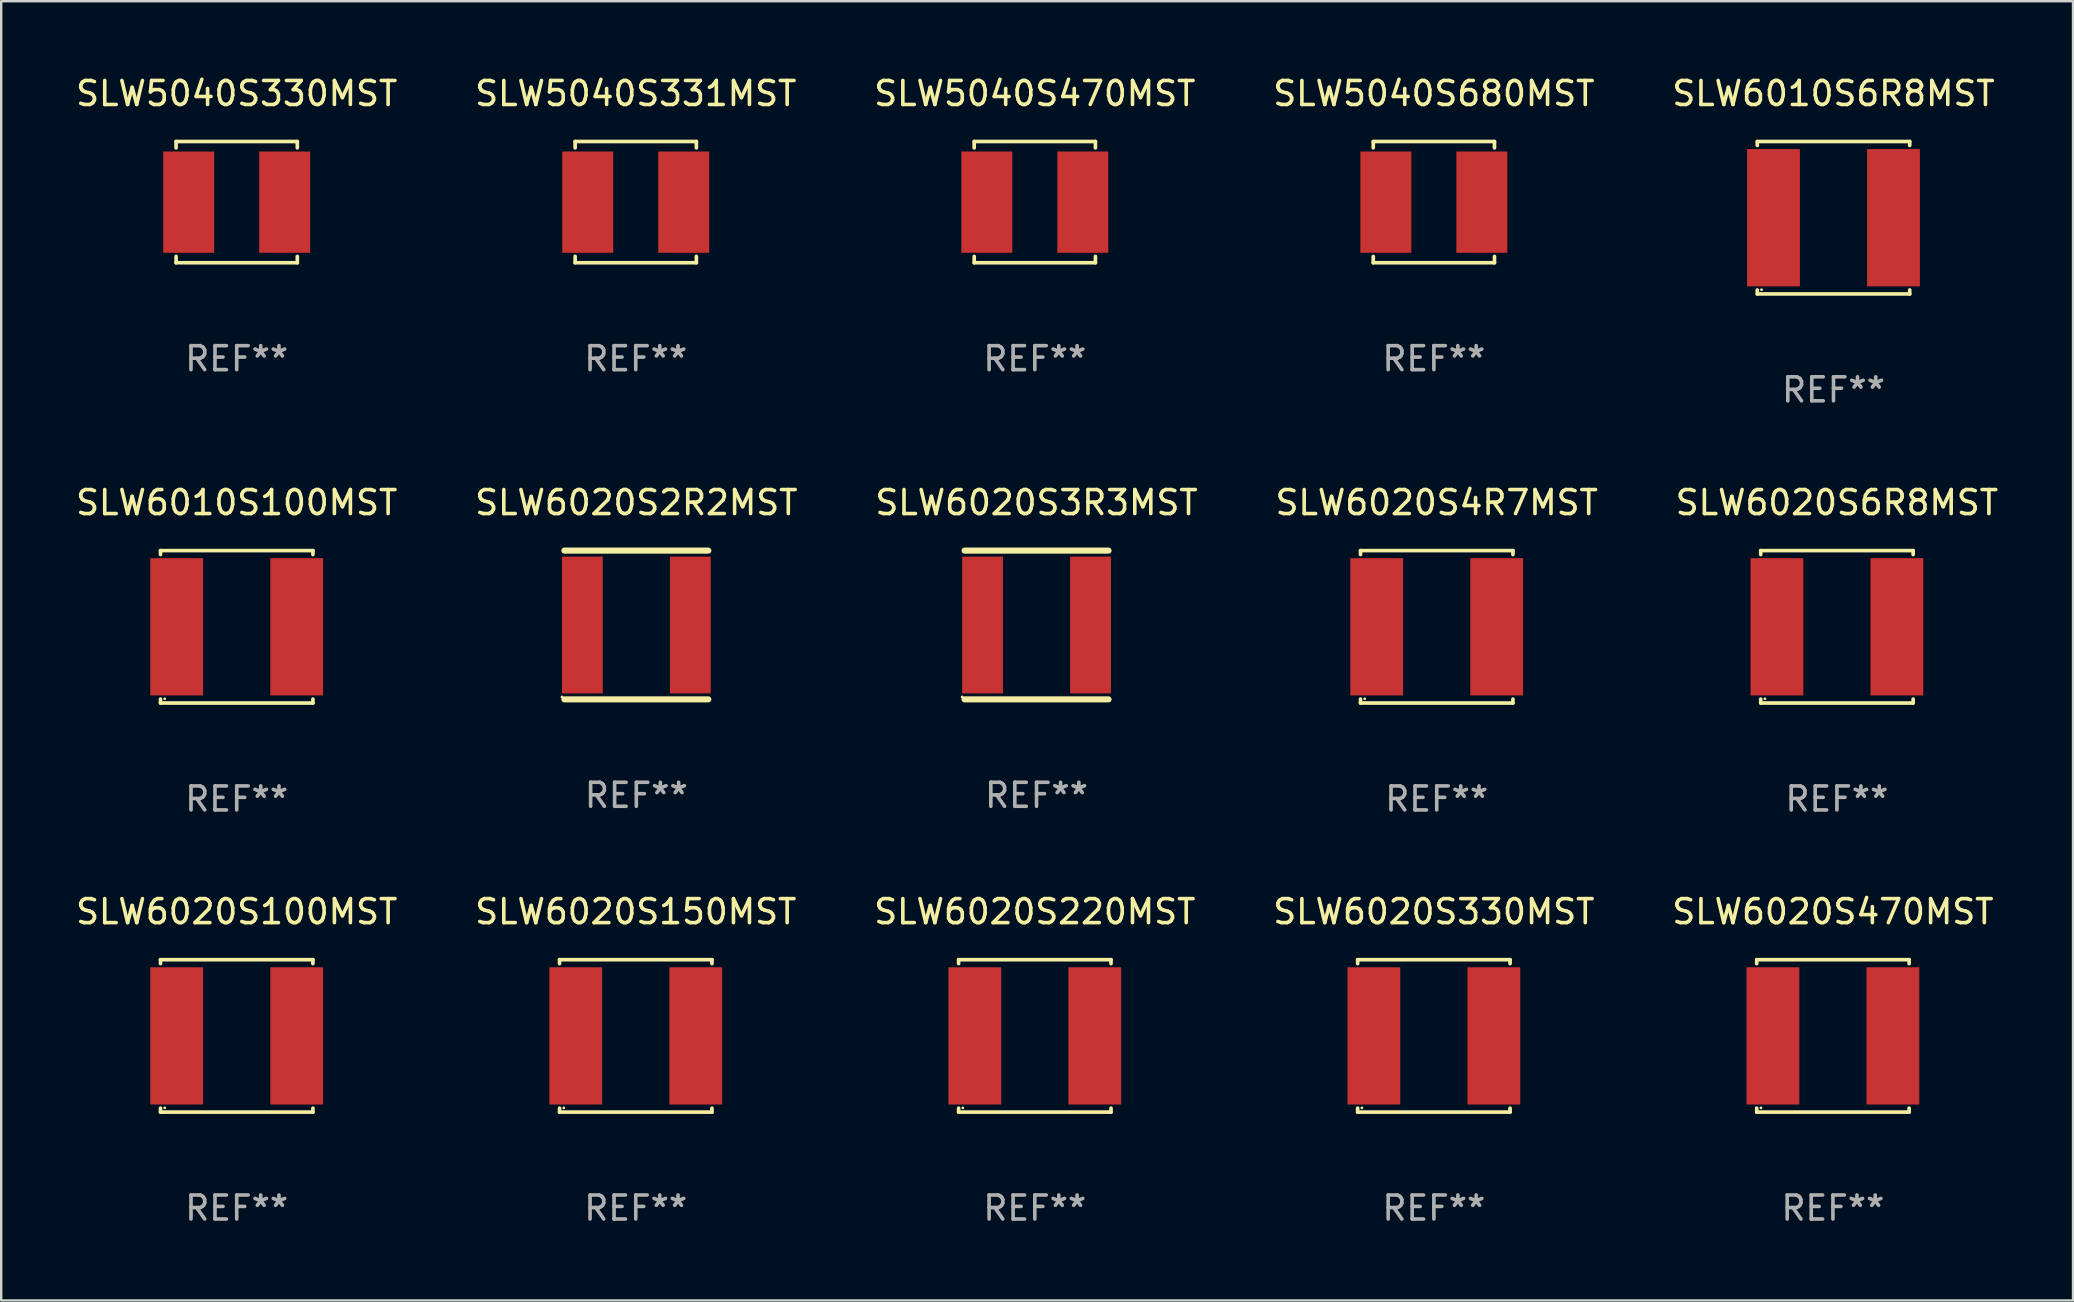
<source format=kicad_pcb>
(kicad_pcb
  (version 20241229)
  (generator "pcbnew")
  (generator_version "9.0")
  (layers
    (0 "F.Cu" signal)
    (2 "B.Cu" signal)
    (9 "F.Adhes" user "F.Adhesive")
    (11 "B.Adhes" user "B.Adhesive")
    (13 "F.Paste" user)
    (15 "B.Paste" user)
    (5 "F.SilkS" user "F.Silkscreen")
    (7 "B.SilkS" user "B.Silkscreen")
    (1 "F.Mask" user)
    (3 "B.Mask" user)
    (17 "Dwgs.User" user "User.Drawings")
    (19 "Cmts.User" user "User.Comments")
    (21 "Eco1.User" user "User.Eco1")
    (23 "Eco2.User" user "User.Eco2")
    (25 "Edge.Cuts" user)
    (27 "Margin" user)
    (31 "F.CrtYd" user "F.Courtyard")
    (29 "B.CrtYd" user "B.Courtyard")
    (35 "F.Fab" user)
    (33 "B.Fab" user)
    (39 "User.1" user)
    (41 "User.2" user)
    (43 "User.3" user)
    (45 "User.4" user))
  (footprint "SLW5040S470MST"
    (layer "F.Cu")
    (at 40.077 5.374)
    (property "Reference" "SLW5040S470MST" (at 0 -4.526 0) (layer "F.SilkS") (effects (font (size 1 1) (thickness 0.15))))
    (attr through_hole)
    (fp_line (start -2.526 -2.526) (end 2.526 -2.526) (stroke (width 0.152) (type solid)) (layer "F.SilkS"))
    (fp_line (start -2.526 -2.262) (end -2.526 -2.526) (stroke (width 0.152) (type solid)) (layer "F.SilkS"))
    (fp_line (start -2.526 2.262) (end -2.526 2.526) (stroke (width 0.152) (type solid)) (layer "F.SilkS"))
    (fp_line (start -2.526 2.526) (end 2.526 2.526) (stroke (width 0.152) (type solid)) (layer "F.SilkS"))
    (fp_line (start 2.526 -2.526) (end 2.526 -2.262) (stroke (width 0.152) (type solid)) (layer "F.SilkS"))
    (fp_line (start 2.526 2.526) (end 2.526 2.262) (stroke (width 0.152) (type solid)) (layer "F.SilkS"))
    (fp_circle (center 2.5 -2.5) (end 2.53 -2.5) (stroke (width 0.06) (type solid)) (fill no) (layer "F.SilkS"))
    (fp_text user "REF**" (at 0 6.526 0) (layer "F.Fab") (effects (font (size 1 1) (thickness 0.15))))
    (pad "1" smd rect (at 2 0) (size 2.124 4.22) (layers "F.Cu" "F.Mask" "F.Paste"))
    (pad "2" smd rect (at -2 0) (size 2.124 4.22) (layers "F.Cu" "F.Mask" "F.Paste")))
  (footprint "SLW6020S3R3MST"
    (layer "F.Cu")
    (at 40.149 22.997)
    (property "Reference" "SLW6020S3R3MST" (at 0 -5.1 0) (layer "F.SilkS") (effects (font (size 1 1) (thickness 0.15))))
    (attr through_hole)
    (fp_line (start -3 -3.1) (end 3 -3.1) (stroke (width 0.254) (type solid)) (layer "F.SilkS"))
    (fp_line (start -3 3.1) (end 3 3.1) (stroke (width 0.254) (type solid)) (layer "F.SilkS"))
    (fp_circle (center -3.1 3) (end -3.07 3) (stroke (width 0.06) (type solid)) (fill no) (layer "F.SilkS"))
    (fp_text user "REF**" (at 0 7.1 0) (layer "F.Fab") (effects (font (size 1 1) (thickness 0.15))))
    (pad "1" smd rect (at -2.25 0 90) (size 5.7 1.7) (layers "F.Cu" "F.Mask" "F.Paste"))
    (pad "2" smd rect (at 2.25 0 90) (size 5.7 1.7) (layers "F.Cu" "F.Mask" "F.Paste")))
  (footprint "SLW6020S470MST"
    (layer "F.Cu")
    (at 73.339 40.122)
    (property "Reference" "SLW6020S470MST" (at 0 -5.176 0) (layer "F.SilkS") (effects (font (size 1 1) (thickness 0.15))))
    (attr through_hole)
    (fp_line (start -3.176 -3.176) (end 3.176 -3.176) (stroke (width 0.152) (type solid)) (layer "F.SilkS"))
    (fp_line (start -3.176 -3.012) (end -3.176 -3.176) (stroke (width 0.152) (type solid)) (layer "F.SilkS"))
    (fp_line (start -3.176 3.012) (end -3.176 3.176) (stroke (width 0.152) (type solid)) (layer "F.SilkS"))
    (fp_line (start -3.176 3.176) (end 3.176 3.176) (stroke (width 0.152) (type solid)) (layer "F.SilkS"))
    (fp_line (start 3.176 -3.176) (end 3.176 -3.012) (stroke (width 0.152) (type solid)) (layer "F.SilkS"))
    (fp_line (start 3.176 3.176) (end 3.176 3.012) (stroke (width 0.152) (type solid)) (layer "F.SilkS"))
    (fp_circle (center -3 3) (end -2.97 3) (stroke (width 0.06) (type solid)) (fill no) (layer "F.SilkS"))
    (fp_text user "REF**" (at 0 7.176 0) (layer "F.Fab") (effects (font (size 1 1) (thickness 0.15))))
    (pad "1" smd rect (at -2.5 0) (size 2.2 5.72) (layers "F.Cu" "F.Mask" "F.Paste"))
    (pad "2" smd rect (at 2.5 0) (size 2.2 5.72) (layers "F.Cu" "F.Mask" "F.Paste")))
  (footprint "SLW6020S2R2MST"
    (layer "F.Cu")
    (at 23.47 22.997)
    (property "Reference" "SLW6020S2R2MST" (at 0 -5.1 0) (layer "F.SilkS") (effects (font (size 1 1) (thickness 0.15))))
    (attr through_hole)
    (fp_line (start -3 -3.1) (end 3 -3.1) (stroke (width 0.254) (type solid)) (layer "F.SilkS"))
    (fp_line (start -3 3.1) (end 3 3.1) (stroke (width 0.254) (type solid)) (layer "F.SilkS"))
    (fp_circle (center -3.1 3) (end -3.07 3) (stroke (width 0.06) (type solid)) (fill no) (layer "F.SilkS"))
    (fp_text user "REF**" (at 0 7.1 0) (layer "F.Fab") (effects (font (size 1 1) (thickness 0.15))))
    (pad "1" smd rect (at -2.25 0 90) (size 5.7 1.7) (layers "F.Cu" "F.Mask" "F.Paste"))
    (pad "2" smd rect (at 2.25 0 90) (size 5.7 1.7) (layers "F.Cu" "F.Mask" "F.Paste")))
  (footprint "SLW6020S220MST"
    (layer "F.Cu")
    (at 40.077 40.122)
    (property "Reference" "SLW6020S220MST" (at 0 -5.176 0) (layer "F.SilkS") (effects (font (size 1 1) (thickness 0.15))))
    (attr through_hole)
    (fp_line (start -3.176 -3.176) (end 3.176 -3.176) (stroke (width 0.152) (type solid)) (layer "F.SilkS"))
    (fp_line (start -3.176 -3.012) (end -3.176 -3.176) (stroke (width 0.152) (type solid)) (layer "F.SilkS"))
    (fp_line (start -3.176 3.012) (end -3.176 3.176) (stroke (width 0.152) (type solid)) (layer "F.SilkS"))
    (fp_line (start -3.176 3.176) (end 3.176 3.176) (stroke (width 0.152) (type solid)) (layer "F.SilkS"))
    (fp_line (start 3.176 -3.176) (end 3.176 -3.012) (stroke (width 0.152) (type solid)) (layer "F.SilkS"))
    (fp_line (start 3.176 3.176) (end 3.176 3.012) (stroke (width 0.152) (type solid)) (layer "F.SilkS"))
    (fp_circle (center -3 3) (end -2.97 3) (stroke (width 0.06) (type solid)) (fill no) (layer "F.SilkS"))
    (fp_text user "REF**" (at 0 7.176 0) (layer "F.Fab") (effects (font (size 1 1) (thickness 0.15))))
    (pad "1" smd rect (at -2.5 0) (size 2.2 5.72) (layers "F.Cu" "F.Mask" "F.Paste"))
    (pad "2" smd rect (at 2.5 0) (size 2.2 5.72) (layers "F.Cu" "F.Mask" "F.Paste")))
  (footprint "SLW6020S100MST"
    (layer "F.Cu")
    (at 6.815 40.122)
    (property "Reference" "SLW6020S100MST" (at 0 -5.176 0) (layer "F.SilkS") (effects (font (size 1 1) (thickness 0.15))))
    (attr through_hole)
    (fp_line (start -3.176 -3.176) (end 3.176 -3.176) (stroke (width 0.152) (type solid)) (layer "F.SilkS"))
    (fp_line (start -3.176 -3.012) (end -3.176 -3.176) (stroke (width 0.152) (type solid)) (layer "F.SilkS"))
    (fp_line (start -3.176 3.012) (end -3.176 3.176) (stroke (width 0.152) (type solid)) (layer "F.SilkS"))
    (fp_line (start -3.176 3.176) (end 3.176 3.176) (stroke (width 0.152) (type solid)) (layer "F.SilkS"))
    (fp_line (start 3.176 -3.176) (end 3.176 -3.012) (stroke (width 0.152) (type solid)) (layer "F.SilkS"))
    (fp_line (start 3.176 3.176) (end 3.176 3.012) (stroke (width 0.152) (type solid)) (layer "F.SilkS"))
    (fp_circle (center -3 3) (end -2.97 3) (stroke (width 0.06) (type solid)) (fill no) (layer "F.SilkS"))
    (fp_text user "REF**" (at 0 7.176 0) (layer "F.Fab") (effects (font (size 1 1) (thickness 0.15))))
    (pad "1" smd rect (at -2.5 0) (size 2.2 5.72) (layers "F.Cu" "F.Mask" "F.Paste"))
    (pad "2" smd rect (at 2.5 0) (size 2.2 5.72) (layers "F.Cu" "F.Mask" "F.Paste")))
  (footprint "SLW6010S6R8MST"
    (layer "F.Cu")
    (at 73.363 6.024)
    (property "Reference" "SLW6010S6R8MST" (at 0 -5.176 0) (layer "F.SilkS") (effects (font (size 1 1) (thickness 0.15))))
    (attr through_hole)
    (fp_line (start -3.176 -3.176) (end 3.176 -3.176) (stroke (width 0.152) (type solid)) (layer "F.SilkS"))
    (fp_line (start -3.176 -3.012) (end -3.176 -3.176) (stroke (width 0.152) (type solid)) (layer "F.SilkS"))
    (fp_line (start -3.176 3.012) (end -3.176 3.176) (stroke (width 0.152) (type solid)) (layer "F.SilkS"))
    (fp_line (start -3.176 3.176) (end 3.176 3.176) (stroke (width 0.152) (type solid)) (layer "F.SilkS"))
    (fp_line (start 3.176 -3.176) (end 3.176 -3.012) (stroke (width 0.152) (type solid)) (layer "F.SilkS"))
    (fp_line (start 3.176 3.176) (end 3.176 3.012) (stroke (width 0.152) (type solid)) (layer "F.SilkS"))
    (fp_circle (center -3 3) (end -2.97 3) (stroke (width 0.06) (type solid)) (fill no) (layer "F.SilkS"))
    (fp_text user "REF**" (at 0 7.176 0) (layer "F.Fab") (effects (font (size 1 1) (thickness 0.15))))
    (pad "1" smd rect (at -2.5 0) (size 2.2 5.72) (layers "F.Cu" "F.Mask" "F.Paste"))
    (pad "2" smd rect (at 2.5 0) (size 2.2 5.72) (layers "F.Cu" "F.Mask" "F.Paste")))
  (footprint "SLW6020S330MST"
    (layer "F.Cu")
    (at 56.708 40.122)
    (property "Reference" "SLW6020S330MST" (at 0 -5.176 0) (layer "F.SilkS") (effects (font (size 1 1) (thickness 0.15))))
    (attr through_hole)
    (fp_line (start -3.176 -3.176) (end 3.176 -3.176) (stroke (width 0.152) (type solid)) (layer "F.SilkS"))
    (fp_line (start -3.176 -3.012) (end -3.176 -3.176) (stroke (width 0.152) (type solid)) (layer "F.SilkS"))
    (fp_line (start -3.176 3.012) (end -3.176 3.176) (stroke (width 0.152) (type solid)) (layer "F.SilkS"))
    (fp_line (start -3.176 3.176) (end 3.176 3.176) (stroke (width 0.152) (type solid)) (layer "F.SilkS"))
    (fp_line (start 3.176 -3.176) (end 3.176 -3.012) (stroke (width 0.152) (type solid)) (layer "F.SilkS"))
    (fp_line (start 3.176 3.176) (end 3.176 3.012) (stroke (width 0.152) (type solid)) (layer "F.SilkS"))
    (fp_circle (center -3 3) (end -2.97 3) (stroke (width 0.06) (type solid)) (fill no) (layer "F.SilkS"))
    (fp_text user "REF**" (at 0 7.176 0) (layer "F.Fab") (effects (font (size 1 1) (thickness 0.15))))
    (pad "1" smd rect (at -2.5 0) (size 2.2 5.72) (layers "F.Cu" "F.Mask" "F.Paste"))
    (pad "2" smd rect (at 2.5 0) (size 2.2 5.72) (layers "F.Cu" "F.Mask" "F.Paste")))
  (footprint "SLW6020S150MST"
    (layer "F.Cu")
    (at 23.446 40.122)
    (property "Reference" "SLW6020S150MST" (at 0 -5.176 0) (layer "F.SilkS") (effects (font (size 1 1) (thickness 0.15))))
    (attr through_hole)
    (fp_line (start -3.176 -3.176) (end 3.176 -3.176) (stroke (width 0.152) (type solid)) (layer "F.SilkS"))
    (fp_line (start -3.176 -3.012) (end -3.176 -3.176) (stroke (width 0.152) (type solid)) (layer "F.SilkS"))
    (fp_line (start -3.176 3.012) (end -3.176 3.176) (stroke (width 0.152) (type solid)) (layer "F.SilkS"))
    (fp_line (start -3.176 3.176) (end 3.176 3.176) (stroke (width 0.152) (type solid)) (layer "F.SilkS"))
    (fp_line (start 3.176 -3.176) (end 3.176 -3.012) (stroke (width 0.152) (type solid)) (layer "F.SilkS"))
    (fp_line (start 3.176 3.176) (end 3.176 3.012) (stroke (width 0.152) (type solid)) (layer "F.SilkS"))
    (fp_circle (center -3 3) (end -2.97 3) (stroke (width 0.06) (type solid)) (fill no) (layer "F.SilkS"))
    (fp_text user "REF**" (at 0 7.176 0) (layer "F.Fab") (effects (font (size 1 1) (thickness 0.15))))
    (pad "1" smd rect (at -2.5 0) (size 2.2 5.72) (layers "F.Cu" "F.Mask" "F.Paste"))
    (pad "2" smd rect (at 2.5 0) (size 2.2 5.72) (layers "F.Cu" "F.Mask" "F.Paste")))
  (footprint "SLW6020S4R7MST"
    (layer "F.Cu")
    (at 56.827 23.073)
    (property "Reference" "SLW6020S4R7MST" (at 0 -5.176 0) (layer "F.SilkS") (effects (font (size 1 1) (thickness 0.15))))
    (attr through_hole)
    (fp_line (start -3.176 -3.176) (end 3.176 -3.176) (stroke (width 0.152) (type solid)) (layer "F.SilkS"))
    (fp_line (start -3.176 -3.012) (end -3.176 -3.176) (stroke (width 0.152) (type solid)) (layer "F.SilkS"))
    (fp_line (start -3.176 3.012) (end -3.176 3.176) (stroke (width 0.152) (type solid)) (layer "F.SilkS"))
    (fp_line (start -3.176 3.176) (end 3.176 3.176) (stroke (width 0.152) (type solid)) (layer "F.SilkS"))
    (fp_line (start 3.176 -3.176) (end 3.176 -3.012) (stroke (width 0.152) (type solid)) (layer "F.SilkS"))
    (fp_line (start 3.176 3.176) (end 3.176 3.012) (stroke (width 0.152) (type solid)) (layer "F.SilkS"))
    (fp_circle (center -3 3) (end -2.97 3) (stroke (width 0.06) (type solid)) (fill no) (layer "F.SilkS"))
    (fp_text user "REF**" (at 0 7.176 0) (layer "F.Fab") (effects (font (size 1 1) (thickness 0.15))))
    (pad "1" smd rect (at -2.5 0) (size 2.2 5.72) (layers "F.Cu" "F.Mask" "F.Paste"))
    (pad "2" smd rect (at 2.5 0) (size 2.2 5.72) (layers "F.Cu" "F.Mask" "F.Paste")))
  (footprint "SLW5040S330MST"
    (layer "F.Cu")
    (at 6.815 5.374)
    (property "Reference" "SLW5040S330MST" (at 0 -4.526 0) (layer "F.SilkS") (effects (font (size 1 1) (thickness 0.15))))
    (attr through_hole)
    (fp_line (start -2.526 -2.526) (end 2.526 -2.526) (stroke (width 0.152) (type solid)) (layer "F.SilkS"))
    (fp_line (start -2.526 -2.262) (end -2.526 -2.526) (stroke (width 0.152) (type solid)) (layer "F.SilkS"))
    (fp_line (start -2.526 2.262) (end -2.526 2.526) (stroke (width 0.152) (type solid)) (layer "F.SilkS"))
    (fp_line (start -2.526 2.526) (end 2.526 2.526) (stroke (width 0.152) (type solid)) (layer "F.SilkS"))
    (fp_line (start 2.526 -2.526) (end 2.526 -2.262) (stroke (width 0.152) (type solid)) (layer "F.SilkS"))
    (fp_line (start 2.526 2.526) (end 2.526 2.262) (stroke (width 0.152) (type solid)) (layer "F.SilkS"))
    (fp_circle (center 2.5 -2.5) (end 2.53 -2.5) (stroke (width 0.06) (type solid)) (fill no) (layer "F.SilkS"))
    (fp_text user "REF**" (at 0 6.526 0) (layer "F.Fab") (effects (font (size 1 1) (thickness 0.15))))
    (pad "1" smd rect (at 2 0) (size 2.124 4.22) (layers "F.Cu" "F.Mask" "F.Paste"))
    (pad "2" smd rect (at -2 0) (size 2.124 4.22) (layers "F.Cu" "F.Mask" "F.Paste")))
  (footprint "SLW5040S331MST"
    (layer "F.Cu")
    (at 23.446 5.374)
    (property "Reference" "SLW5040S331MST" (at 0 -4.526 0) (layer "F.SilkS") (effects (font (size 1 1) (thickness 0.15))))
    (attr through_hole)
    (fp_line (start -2.526 -2.526) (end 2.526 -2.526) (stroke (width 0.152) (type solid)) (layer "F.SilkS"))
    (fp_line (start -2.526 -2.262) (end -2.526 -2.526) (stroke (width 0.152) (type solid)) (layer "F.SilkS"))
    (fp_line (start -2.526 2.262) (end -2.526 2.526) (stroke (width 0.152) (type solid)) (layer "F.SilkS"))
    (fp_line (start -2.526 2.526) (end 2.526 2.526) (stroke (width 0.152) (type solid)) (layer "F.SilkS"))
    (fp_line (start 2.526 -2.526) (end 2.526 -2.262) (stroke (width 0.152) (type solid)) (layer "F.SilkS"))
    (fp_line (start 2.526 2.526) (end 2.526 2.262) (stroke (width 0.152) (type solid)) (layer "F.SilkS"))
    (fp_circle (center 2.5 -2.5) (end 2.53 -2.5) (stroke (width 0.06) (type solid)) (fill no) (layer "F.SilkS"))
    (fp_text user "REF**" (at 0 6.526 0) (layer "F.Fab") (effects (font (size 1 1) (thickness 0.15))))
    (pad "1" smd rect (at 2 0) (size 2.124 4.22) (layers "F.Cu" "F.Mask" "F.Paste"))
    (pad "2" smd rect (at -2 0) (size 2.124 4.22) (layers "F.Cu" "F.Mask" "F.Paste")))
  (footprint "SLW6020S6R8MST"
    (layer "F.Cu")
    (at 73.506 23.073)
    (property "Reference" "SLW6020S6R8MST" (at 0 -5.176 0) (layer "F.SilkS") (effects (font (size 1 1) (thickness 0.15))))
    (attr through_hole)
    (fp_line (start -3.176 -3.176) (end 3.176 -3.176) (stroke (width 0.152) (type solid)) (layer "F.SilkS"))
    (fp_line (start -3.176 -3.012) (end -3.176 -3.176) (stroke (width 0.152) (type solid)) (layer "F.SilkS"))
    (fp_line (start -3.176 3.012) (end -3.176 3.176) (stroke (width 0.152) (type solid)) (layer "F.SilkS"))
    (fp_line (start -3.176 3.176) (end 3.176 3.176) (stroke (width 0.152) (type solid)) (layer "F.SilkS"))
    (fp_line (start 3.176 -3.176) (end 3.176 -3.012) (stroke (width 0.152) (type solid)) (layer "F.SilkS"))
    (fp_line (start 3.176 3.176) (end 3.176 3.012) (stroke (width 0.152) (type solid)) (layer "F.SilkS"))
    (fp_circle (center -3 3) (end -2.97 3) (stroke (width 0.06) (type solid)) (fill no) (layer "F.SilkS"))
    (fp_text user "REF**" (at 0 7.176 0) (layer "F.Fab") (effects (font (size 1 1) (thickness 0.15))))
    (pad "1" smd rect (at -2.5 0) (size 2.2 5.72) (layers "F.Cu" "F.Mask" "F.Paste"))
    (pad "2" smd rect (at 2.5 0) (size 2.2 5.72) (layers "F.Cu" "F.Mask" "F.Paste")))
  (footprint "SLW5040S680MST"
    (layer "F.Cu")
    (at 56.708 5.374)
    (property "Reference" "SLW5040S680MST" (at 0 -4.526 0) (layer "F.SilkS") (effects (font (size 1 1) (thickness 0.15))))
    (attr through_hole)
    (fp_line (start -2.526 -2.526) (end 2.526 -2.526) (stroke (width 0.152) (type solid)) (layer "F.SilkS"))
    (fp_line (start -2.526 -2.262) (end -2.526 -2.526) (stroke (width 0.152) (type solid)) (layer "F.SilkS"))
    (fp_line (start -2.526 2.262) (end -2.526 2.526) (stroke (width 0.152) (type solid)) (layer "F.SilkS"))
    (fp_line (start -2.526 2.526) (end 2.526 2.526) (stroke (width 0.152) (type solid)) (layer "F.SilkS"))
    (fp_line (start 2.526 -2.526) (end 2.526 -2.262) (stroke (width 0.152) (type solid)) (layer "F.SilkS"))
    (fp_line (start 2.526 2.526) (end 2.526 2.262) (stroke (width 0.152) (type solid)) (layer "F.SilkS"))
    (fp_circle (center 2.5 -2.5) (end 2.53 -2.5) (stroke (width 0.06) (type solid)) (fill no) (layer "F.SilkS"))
    (fp_text user "REF**" (at 0 6.526 0) (layer "F.Fab") (effects (font (size 1 1) (thickness 0.15))))
    (pad "1" smd rect (at 2 0) (size 2.124 4.22) (layers "F.Cu" "F.Mask" "F.Paste"))
    (pad "2" smd rect (at -2 0) (size 2.124 4.22) (layers "F.Cu" "F.Mask" "F.Paste")))
  (footprint "SLW6010S100MST"
    (layer "F.Cu")
    (at 6.815 23.073)
    (property "Reference" "SLW6010S100MST" (at 0 -5.176 0) (layer "F.SilkS") (effects (font (size 1 1) (thickness 0.15))))
    (attr through_hole)
    (fp_line (start -3.176 -3.176) (end 3.176 -3.176) (stroke (width 0.152) (type solid)) (layer "F.SilkS"))
    (fp_line (start -3.176 -3.012) (end -3.176 -3.176) (stroke (width 0.152) (type solid)) (layer "F.SilkS"))
    (fp_line (start -3.176 3.012) (end -3.176 3.176) (stroke (width 0.152) (type solid)) (layer "F.SilkS"))
    (fp_line (start -3.176 3.176) (end 3.176 3.176) (stroke (width 0.152) (type solid)) (layer "F.SilkS"))
    (fp_line (start 3.176 -3.176) (end 3.176 -3.012) (stroke (width 0.152) (type solid)) (layer "F.SilkS"))
    (fp_line (start 3.176 3.176) (end 3.176 3.012) (stroke (width 0.152) (type solid)) (layer "F.SilkS"))
    (fp_circle (center -3 3) (end -2.97 3) (stroke (width 0.06) (type solid)) (fill no) (layer "F.SilkS"))
    (fp_text user "REF**" (at 0 7.176 0) (layer "F.Fab") (effects (font (size 1 1) (thickness 0.15))))
    (pad "1" smd rect (at -2.5 0) (size 2.2 5.72) (layers "F.Cu" "F.Mask" "F.Paste"))
    (pad "2" smd rect (at 2.5 0) (size 2.2 5.72) (layers "F.Cu" "F.Mask" "F.Paste")))
  (gr_rect
    (start -3 -3)
    (end 83.345 51.147)
    (stroke (width 0.1) (type default))
    (fill no)
    (layer "Edge.Cuts")))
</source>
